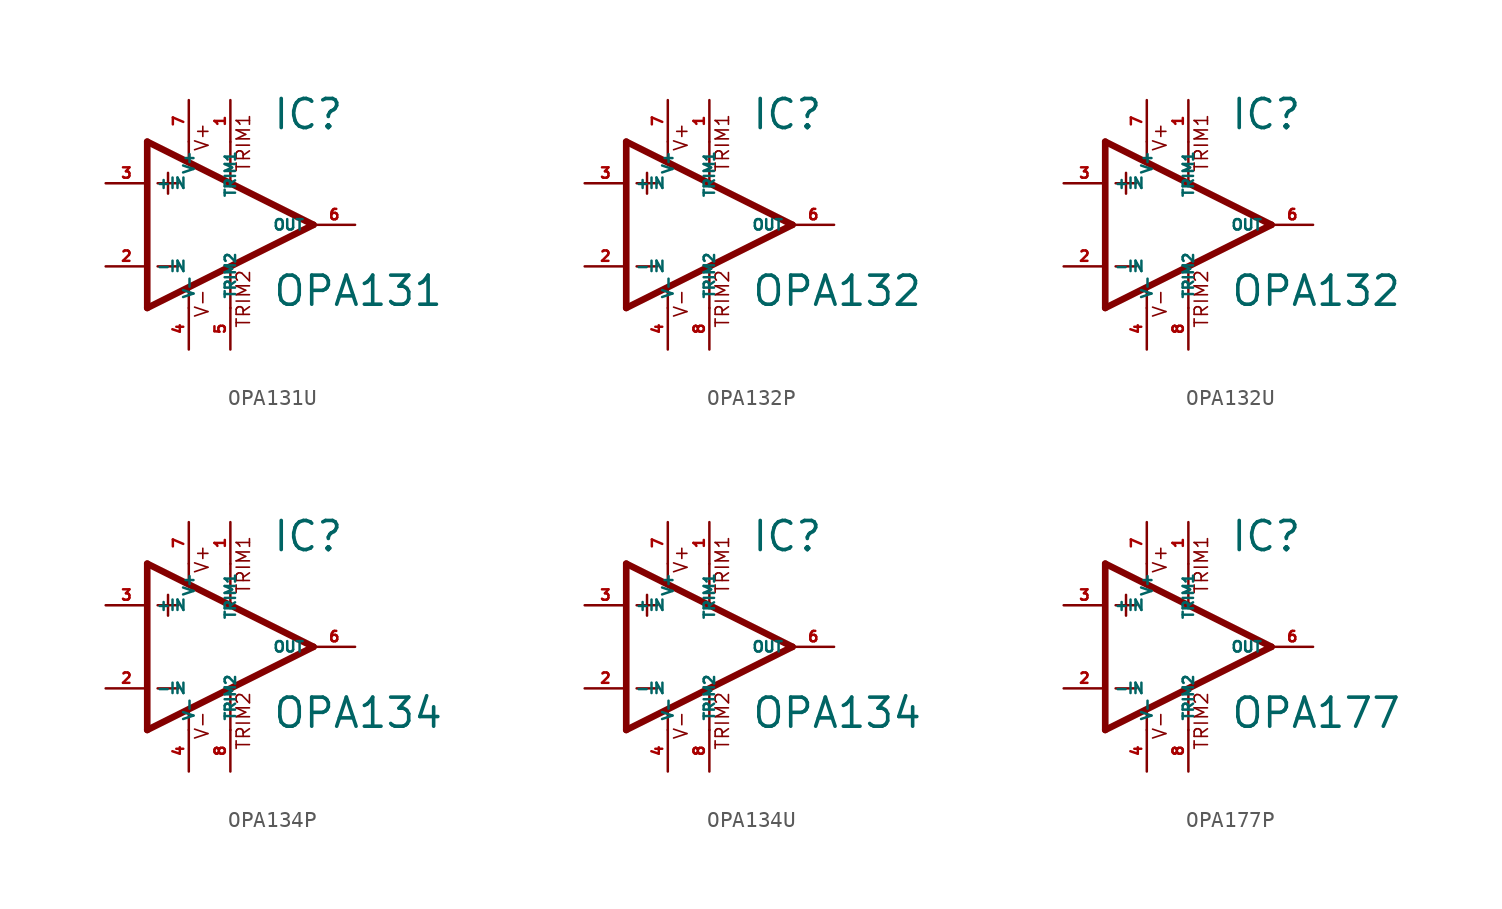
<source format=kicad_sym>
(kicad_symbol_lib
  (version 20220914)
  (generator Eagle2Kicad)
  (symbol "OPA131U"
    (property "Reference" "IC"
      (at 2.54 5.715 0)
      (effects (font (size 1.778 1.778) (thickness 0.22)) (justify left bottom)))
    (property "Value" "OPA131"
      (at 2.54 -5.08 0)
      (effects (font (size 1.778 1.778) (thickness 0.22)) (justify left bottom)))
    (polyline
      (pts (xy -3.81 3.175) (xy -3.81 1.905))
      (stroke (width 0.152) (type default))
      (fill (type none)))
    (polyline
      (pts (xy -4.445 2.54) (xy -3.175 2.54))
      (stroke (width 0.152) (type default))
      (fill (type none)))
    (polyline
      (pts (xy -4.445 -2.54) (xy -3.175 -2.54))
      (stroke (width 0.152) (type default))
      (fill (type none)))
    (polyline
      (pts (xy -2.54 5.08) (xy -2.54 3.886))
      (stroke (width 0.152) (type default))
      (fill (type none)))
    (polyline
      (pts (xy 0 5.055) (xy 0 2.616))
      (stroke (width 0.152) (type default))
      (fill (type none)))
    (polyline
      (pts (xy 0 -2.616) (xy 0 -5.08))
      (stroke (width 0.152) (type default))
      (fill (type none)))
    (polyline
      (pts (xy -2.54 -3.912) (xy -2.54 -5.08))
      (stroke (width 0.152) (type default))
      (fill (type none)))
    (polyline
      (pts (xy 5.08 0) (xy -5.08 5.08))
      (stroke (width 0.406) (type default))
      (fill (type none)))
    (polyline
      (pts (xy -5.08 5.08) (xy -5.08 -5.08))
      (stroke (width 0.406) (type default))
      (fill (type none)))
    (polyline
      (pts (xy -5.08 -5.08) (xy 5.08 0))
      (stroke (width 0.406) (type default))
      (fill (type none)))
    (text "V+"
      (at -1.27 4.445 900)
      (effects (font (size 0.813 0.813) (thickness 0.10)) (justify left bottom)))
    (text "V-"
      (at -1.27 -5.715 900)
      (effects (font (size 0.813 0.813) (thickness 0.10)) (justify left bottom)))
    (text "TRIM1"
      (at 1.27 3.175 900)
      (effects (font (size 0.813 0.813) (thickness 0.10)) (justify left bottom)))
    (text "TRIM2"
      (at 1.27 -6.35 900)
      (effects (font (size 0.813 0.813) (thickness 0.10)) (justify left bottom)))
    (pin passive line
      (at 0 7.62 270)
      (length 2.54)
      (name "TRIM1" (effects (font (size 0.635 0.635) (thickness 0.08)) (justify left bottom)))
      (number "1" (effects (font (size 0.635 0.635) (thickness 0.08)) (justify left bottom))))
    (pin input line
      (at -7.62 -2.54 0)
      (length 2.54)
      (name "-IN" (effects (font (size 0.635 0.635) (thickness 0.08)) (justify left bottom)))
      (number "2" (effects (font (size 0.635 0.635) (thickness 0.08)) (justify left bottom))))
    (pin input line
      (at -7.62 2.54 0)
      (length 2.54)
      (name "+IN" (effects (font (size 0.635 0.635) (thickness 0.08)) (justify left bottom)))
      (number "3" (effects (font (size 0.635 0.635) (thickness 0.08)) (justify left bottom))))
    (pin output line
      (at 7.62 0 180)
      (length 2.54)
      (name "OUT" (effects (font (size 0.635 0.635) (thickness 0.08)) (justify left bottom)))
      (number "6" (effects (font (size 0.635 0.635) (thickness 0.08)) (justify left bottom))))
    (pin passive line
      (at 0 -7.62 90)
      (length 2.54)
      (name "TRIM2" (effects (font (size 0.635 0.635) (thickness 0.08)) (justify left bottom)))
      (number "5" (effects (font (size 0.635 0.635) (thickness 0.08)) (justify left bottom))))
    (pin unspecified line
      (at -2.54 7.62 270)
      (length 2.54)
      (name "V+" (effects (font (size 0.635 0.635) (thickness 0.08)) (justify left bottom)))
      (number "7" (effects (font (size 0.635 0.635) (thickness 0.08)) (justify left bottom))))
    (pin unspecified line
      (at -2.54 -7.62 90)
      (length 2.54)
      (name "V-" (effects (font (size 0.635 0.635) (thickness 0.08)) (justify left bottom)))
      (number "4" (effects (font (size 0.635 0.635) (thickness 0.08)) (justify left bottom)))))
  (symbol "OPA132P"
    (property "Reference" "IC"
      (at 2.54 5.715 0)
      (effects (font (size 1.778 1.778) (thickness 0.22)) (justify left bottom)))
    (property "Value" "OPA132"
      (at 2.54 -5.08 0)
      (effects (font (size 1.778 1.778) (thickness 0.22)) (justify left bottom)))
    (polyline
      (pts (xy -3.81 3.175) (xy -3.81 1.905))
      (stroke (width 0.152) (type default))
      (fill (type none)))
    (polyline
      (pts (xy -4.445 2.54) (xy -3.175 2.54))
      (stroke (width 0.152) (type default))
      (fill (type none)))
    (polyline
      (pts (xy -4.445 -2.54) (xy -3.175 -2.54))
      (stroke (width 0.152) (type default))
      (fill (type none)))
    (polyline
      (pts (xy -2.54 5.08) (xy -2.54 3.886))
      (stroke (width 0.152) (type default))
      (fill (type none)))
    (polyline
      (pts (xy 0 5.055) (xy 0 2.616))
      (stroke (width 0.152) (type default))
      (fill (type none)))
    (polyline
      (pts (xy 0 -2.616) (xy 0 -5.08))
      (stroke (width 0.152) (type default))
      (fill (type none)))
    (polyline
      (pts (xy -2.54 -3.912) (xy -2.54 -5.08))
      (stroke (width 0.152) (type default))
      (fill (type none)))
    (polyline
      (pts (xy 5.08 0) (xy -5.08 5.08))
      (stroke (width 0.406) (type default))
      (fill (type none)))
    (polyline
      (pts (xy -5.08 5.08) (xy -5.08 -5.08))
      (stroke (width 0.406) (type default))
      (fill (type none)))
    (polyline
      (pts (xy -5.08 -5.08) (xy 5.08 0))
      (stroke (width 0.406) (type default))
      (fill (type none)))
    (text "V+"
      (at -1.27 4.445 900)
      (effects (font (size 0.813 0.813) (thickness 0.10)) (justify left bottom)))
    (text "V-"
      (at -1.27 -5.715 900)
      (effects (font (size 0.813 0.813) (thickness 0.10)) (justify left bottom)))
    (text "TRIM1"
      (at 1.27 3.175 900)
      (effects (font (size 0.813 0.813) (thickness 0.10)) (justify left bottom)))
    (text "TRIM2"
      (at 1.27 -6.35 900)
      (effects (font (size 0.813 0.813) (thickness 0.10)) (justify left bottom)))
    (pin passive line
      (at 0 7.62 270)
      (length 2.54)
      (name "TRIM1" (effects (font (size 0.635 0.635) (thickness 0.08)) (justify left bottom)))
      (number "1" (effects (font (size 0.635 0.635) (thickness 0.08)) (justify left bottom))))
    (pin input line
      (at -7.62 -2.54 0)
      (length 2.54)
      (name "-IN" (effects (font (size 0.635 0.635) (thickness 0.08)) (justify left bottom)))
      (number "2" (effects (font (size 0.635 0.635) (thickness 0.08)) (justify left bottom))))
    (pin input line
      (at -7.62 2.54 0)
      (length 2.54)
      (name "+IN" (effects (font (size 0.635 0.635) (thickness 0.08)) (justify left bottom)))
      (number "3" (effects (font (size 0.635 0.635) (thickness 0.08)) (justify left bottom))))
    (pin output line
      (at 7.62 0 180)
      (length 2.54)
      (name "OUT" (effects (font (size 0.635 0.635) (thickness 0.08)) (justify left bottom)))
      (number "6" (effects (font (size 0.635 0.635) (thickness 0.08)) (justify left bottom))))
    (pin passive line
      (at 0 -7.62 90)
      (length 2.54)
      (name "TRIM2" (effects (font (size 0.635 0.635) (thickness 0.08)) (justify left bottom)))
      (number "8" (effects (font (size 0.635 0.635) (thickness 0.08)) (justify left bottom))))
    (pin unspecified line
      (at -2.54 7.62 270)
      (length 2.54)
      (name "V+" (effects (font (size 0.635 0.635) (thickness 0.08)) (justify left bottom)))
      (number "7" (effects (font (size 0.635 0.635) (thickness 0.08)) (justify left bottom))))
    (pin unspecified line
      (at -2.54 -7.62 90)
      (length 2.54)
      (name "V-" (effects (font (size 0.635 0.635) (thickness 0.08)) (justify left bottom)))
      (number "4" (effects (font (size 0.635 0.635) (thickness 0.08)) (justify left bottom)))))
  (symbol "OPA132U"
    (property "Reference" "IC"
      (at 2.54 5.715 0)
      (effects (font (size 1.778 1.778) (thickness 0.22)) (justify left bottom)))
    (property "Value" "OPA132"
      (at 2.54 -5.08 0)
      (effects (font (size 1.778 1.778) (thickness 0.22)) (justify left bottom)))
    (polyline
      (pts (xy -3.81 3.175) (xy -3.81 1.905))
      (stroke (width 0.152) (type default))
      (fill (type none)))
    (polyline
      (pts (xy -4.445 2.54) (xy -3.175 2.54))
      (stroke (width 0.152) (type default))
      (fill (type none)))
    (polyline
      (pts (xy -4.445 -2.54) (xy -3.175 -2.54))
      (stroke (width 0.152) (type default))
      (fill (type none)))
    (polyline
      (pts (xy -2.54 5.08) (xy -2.54 3.886))
      (stroke (width 0.152) (type default))
      (fill (type none)))
    (polyline
      (pts (xy 0 5.055) (xy 0 2.616))
      (stroke (width 0.152) (type default))
      (fill (type none)))
    (polyline
      (pts (xy 0 -2.616) (xy 0 -5.08))
      (stroke (width 0.152) (type default))
      (fill (type none)))
    (polyline
      (pts (xy -2.54 -3.912) (xy -2.54 -5.08))
      (stroke (width 0.152) (type default))
      (fill (type none)))
    (polyline
      (pts (xy 5.08 0) (xy -5.08 5.08))
      (stroke (width 0.406) (type default))
      (fill (type none)))
    (polyline
      (pts (xy -5.08 5.08) (xy -5.08 -5.08))
      (stroke (width 0.406) (type default))
      (fill (type none)))
    (polyline
      (pts (xy -5.08 -5.08) (xy 5.08 0))
      (stroke (width 0.406) (type default))
      (fill (type none)))
    (text "V+"
      (at -1.27 4.445 900)
      (effects (font (size 0.813 0.813) (thickness 0.10)) (justify left bottom)))
    (text "V-"
      (at -1.27 -5.715 900)
      (effects (font (size 0.813 0.813) (thickness 0.10)) (justify left bottom)))
    (text "TRIM1"
      (at 1.27 3.175 900)
      (effects (font (size 0.813 0.813) (thickness 0.10)) (justify left bottom)))
    (text "TRIM2"
      (at 1.27 -6.35 900)
      (effects (font (size 0.813 0.813) (thickness 0.10)) (justify left bottom)))
    (pin passive line
      (at 0 7.62 270)
      (length 2.54)
      (name "TRIM1" (effects (font (size 0.635 0.635) (thickness 0.08)) (justify left bottom)))
      (number "1" (effects (font (size 0.635 0.635) (thickness 0.08)) (justify left bottom))))
    (pin input line
      (at -7.62 -2.54 0)
      (length 2.54)
      (name "-IN" (effects (font (size 0.635 0.635) (thickness 0.08)) (justify left bottom)))
      (number "2" (effects (font (size 0.635 0.635) (thickness 0.08)) (justify left bottom))))
    (pin input line
      (at -7.62 2.54 0)
      (length 2.54)
      (name "+IN" (effects (font (size 0.635 0.635) (thickness 0.08)) (justify left bottom)))
      (number "3" (effects (font (size 0.635 0.635) (thickness 0.08)) (justify left bottom))))
    (pin output line
      (at 7.62 0 180)
      (length 2.54)
      (name "OUT" (effects (font (size 0.635 0.635) (thickness 0.08)) (justify left bottom)))
      (number "6" (effects (font (size 0.635 0.635) (thickness 0.08)) (justify left bottom))))
    (pin passive line
      (at 0 -7.62 90)
      (length 2.54)
      (name "TRIM2" (effects (font (size 0.635 0.635) (thickness 0.08)) (justify left bottom)))
      (number "8" (effects (font (size 0.635 0.635) (thickness 0.08)) (justify left bottom))))
    (pin unspecified line
      (at -2.54 7.62 270)
      (length 2.54)
      (name "V+" (effects (font (size 0.635 0.635) (thickness 0.08)) (justify left bottom)))
      (number "7" (effects (font (size 0.635 0.635) (thickness 0.08)) (justify left bottom))))
    (pin unspecified line
      (at -2.54 -7.62 90)
      (length 2.54)
      (name "V-" (effects (font (size 0.635 0.635) (thickness 0.08)) (justify left bottom)))
      (number "4" (effects (font (size 0.635 0.635) (thickness 0.08)) (justify left bottom)))))
  (symbol "OPA134P"
    (property "Reference" "IC"
      (at 2.54 5.715 0)
      (effects (font (size 1.778 1.778) (thickness 0.22)) (justify left bottom)))
    (property "Value" "OPA134"
      (at 2.54 -5.08 0)
      (effects (font (size 1.778 1.778) (thickness 0.22)) (justify left bottom)))
    (polyline
      (pts (xy -3.81 3.175) (xy -3.81 1.905))
      (stroke (width 0.152) (type default))
      (fill (type none)))
    (polyline
      (pts (xy -4.445 2.54) (xy -3.175 2.54))
      (stroke (width 0.152) (type default))
      (fill (type none)))
    (polyline
      (pts (xy -4.445 -2.54) (xy -3.175 -2.54))
      (stroke (width 0.152) (type default))
      (fill (type none)))
    (polyline
      (pts (xy -2.54 5.08) (xy -2.54 3.886))
      (stroke (width 0.152) (type default))
      (fill (type none)))
    (polyline
      (pts (xy 0 5.055) (xy 0 2.616))
      (stroke (width 0.152) (type default))
      (fill (type none)))
    (polyline
      (pts (xy 0 -2.616) (xy 0 -5.08))
      (stroke (width 0.152) (type default))
      (fill (type none)))
    (polyline
      (pts (xy -2.54 -3.912) (xy -2.54 -5.08))
      (stroke (width 0.152) (type default))
      (fill (type none)))
    (polyline
      (pts (xy 5.08 0) (xy -5.08 5.08))
      (stroke (width 0.406) (type default))
      (fill (type none)))
    (polyline
      (pts (xy -5.08 5.08) (xy -5.08 -5.08))
      (stroke (width 0.406) (type default))
      (fill (type none)))
    (polyline
      (pts (xy -5.08 -5.08) (xy 5.08 0))
      (stroke (width 0.406) (type default))
      (fill (type none)))
    (text "V+"
      (at -1.27 4.445 900)
      (effects (font (size 0.813 0.813) (thickness 0.10)) (justify left bottom)))
    (text "V-"
      (at -1.27 -5.715 900)
      (effects (font (size 0.813 0.813) (thickness 0.10)) (justify left bottom)))
    (text "TRIM1"
      (at 1.27 3.175 900)
      (effects (font (size 0.813 0.813) (thickness 0.10)) (justify left bottom)))
    (text "TRIM2"
      (at 1.27 -6.35 900)
      (effects (font (size 0.813 0.813) (thickness 0.10)) (justify left bottom)))
    (pin passive line
      (at 0 7.62 270)
      (length 2.54)
      (name "TRIM1" (effects (font (size 0.635 0.635) (thickness 0.08)) (justify left bottom)))
      (number "1" (effects (font (size 0.635 0.635) (thickness 0.08)) (justify left bottom))))
    (pin input line
      (at -7.62 -2.54 0)
      (length 2.54)
      (name "-IN" (effects (font (size 0.635 0.635) (thickness 0.08)) (justify left bottom)))
      (number "2" (effects (font (size 0.635 0.635) (thickness 0.08)) (justify left bottom))))
    (pin input line
      (at -7.62 2.54 0)
      (length 2.54)
      (name "+IN" (effects (font (size 0.635 0.635) (thickness 0.08)) (justify left bottom)))
      (number "3" (effects (font (size 0.635 0.635) (thickness 0.08)) (justify left bottom))))
    (pin output line
      (at 7.62 0 180)
      (length 2.54)
      (name "OUT" (effects (font (size 0.635 0.635) (thickness 0.08)) (justify left bottom)))
      (number "6" (effects (font (size 0.635 0.635) (thickness 0.08)) (justify left bottom))))
    (pin passive line
      (at 0 -7.62 90)
      (length 2.54)
      (name "TRIM2" (effects (font (size 0.635 0.635) (thickness 0.08)) (justify left bottom)))
      (number "8" (effects (font (size 0.635 0.635) (thickness 0.08)) (justify left bottom))))
    (pin unspecified line
      (at -2.54 7.62 270)
      (length 2.54)
      (name "V+" (effects (font (size 0.635 0.635) (thickness 0.08)) (justify left bottom)))
      (number "7" (effects (font (size 0.635 0.635) (thickness 0.08)) (justify left bottom))))
    (pin unspecified line
      (at -2.54 -7.62 90)
      (length 2.54)
      (name "V-" (effects (font (size 0.635 0.635) (thickness 0.08)) (justify left bottom)))
      (number "4" (effects (font (size 0.635 0.635) (thickness 0.08)) (justify left bottom)))))
  (symbol "OPA134U"
    (property "Reference" "IC"
      (at 2.54 5.715 0)
      (effects (font (size 1.778 1.778) (thickness 0.22)) (justify left bottom)))
    (property "Value" "OPA134"
      (at 2.54 -5.08 0)
      (effects (font (size 1.778 1.778) (thickness 0.22)) (justify left bottom)))
    (polyline
      (pts (xy -3.81 3.175) (xy -3.81 1.905))
      (stroke (width 0.152) (type default))
      (fill (type none)))
    (polyline
      (pts (xy -4.445 2.54) (xy -3.175 2.54))
      (stroke (width 0.152) (type default))
      (fill (type none)))
    (polyline
      (pts (xy -4.445 -2.54) (xy -3.175 -2.54))
      (stroke (width 0.152) (type default))
      (fill (type none)))
    (polyline
      (pts (xy -2.54 5.08) (xy -2.54 3.886))
      (stroke (width 0.152) (type default))
      (fill (type none)))
    (polyline
      (pts (xy 0 5.055) (xy 0 2.616))
      (stroke (width 0.152) (type default))
      (fill (type none)))
    (polyline
      (pts (xy 0 -2.616) (xy 0 -5.08))
      (stroke (width 0.152) (type default))
      (fill (type none)))
    (polyline
      (pts (xy -2.54 -3.912) (xy -2.54 -5.08))
      (stroke (width 0.152) (type default))
      (fill (type none)))
    (polyline
      (pts (xy 5.08 0) (xy -5.08 5.08))
      (stroke (width 0.406) (type default))
      (fill (type none)))
    (polyline
      (pts (xy -5.08 5.08) (xy -5.08 -5.08))
      (stroke (width 0.406) (type default))
      (fill (type none)))
    (polyline
      (pts (xy -5.08 -5.08) (xy 5.08 0))
      (stroke (width 0.406) (type default))
      (fill (type none)))
    (text "V+"
      (at -1.27 4.445 900)
      (effects (font (size 0.813 0.813) (thickness 0.10)) (justify left bottom)))
    (text "V-"
      (at -1.27 -5.715 900)
      (effects (font (size 0.813 0.813) (thickness 0.10)) (justify left bottom)))
    (text "TRIM1"
      (at 1.27 3.175 900)
      (effects (font (size 0.813 0.813) (thickness 0.10)) (justify left bottom)))
    (text "TRIM2"
      (at 1.27 -6.35 900)
      (effects (font (size 0.813 0.813) (thickness 0.10)) (justify left bottom)))
    (pin passive line
      (at 0 7.62 270)
      (length 2.54)
      (name "TRIM1" (effects (font (size 0.635 0.635) (thickness 0.08)) (justify left bottom)))
      (number "1" (effects (font (size 0.635 0.635) (thickness 0.08)) (justify left bottom))))
    (pin input line
      (at -7.62 -2.54 0)
      (length 2.54)
      (name "-IN" (effects (font (size 0.635 0.635) (thickness 0.08)) (justify left bottom)))
      (number "2" (effects (font (size 0.635 0.635) (thickness 0.08)) (justify left bottom))))
    (pin input line
      (at -7.62 2.54 0)
      (length 2.54)
      (name "+IN" (effects (font (size 0.635 0.635) (thickness 0.08)) (justify left bottom)))
      (number "3" (effects (font (size 0.635 0.635) (thickness 0.08)) (justify left bottom))))
    (pin output line
      (at 7.62 0 180)
      (length 2.54)
      (name "OUT" (effects (font (size 0.635 0.635) (thickness 0.08)) (justify left bottom)))
      (number "6" (effects (font (size 0.635 0.635) (thickness 0.08)) (justify left bottom))))
    (pin passive line
      (at 0 -7.62 90)
      (length 2.54)
      (name "TRIM2" (effects (font (size 0.635 0.635) (thickness 0.08)) (justify left bottom)))
      (number "8" (effects (font (size 0.635 0.635) (thickness 0.08)) (justify left bottom))))
    (pin unspecified line
      (at -2.54 7.62 270)
      (length 2.54)
      (name "V+" (effects (font (size 0.635 0.635) (thickness 0.08)) (justify left bottom)))
      (number "7" (effects (font (size 0.635 0.635) (thickness 0.08)) (justify left bottom))))
    (pin unspecified line
      (at -2.54 -7.62 90)
      (length 2.54)
      (name "V-" (effects (font (size 0.635 0.635) (thickness 0.08)) (justify left bottom)))
      (number "4" (effects (font (size 0.635 0.635) (thickness 0.08)) (justify left bottom)))))
  (symbol "OPA177P"
    (property "Reference" "IC"
      (at 2.54 5.715 0)
      (effects (font (size 1.778 1.778) (thickness 0.22)) (justify left bottom)))
    (property "Value" "OPA177"
      (at 2.54 -5.08 0)
      (effects (font (size 1.778 1.778) (thickness 0.22)) (justify left bottom)))
    (polyline
      (pts (xy -3.81 3.175) (xy -3.81 1.905))
      (stroke (width 0.152) (type default))
      (fill (type none)))
    (polyline
      (pts (xy -4.445 2.54) (xy -3.175 2.54))
      (stroke (width 0.152) (type default))
      (fill (type none)))
    (polyline
      (pts (xy -4.445 -2.54) (xy -3.175 -2.54))
      (stroke (width 0.152) (type default))
      (fill (type none)))
    (polyline
      (pts (xy -2.54 5.08) (xy -2.54 3.886))
      (stroke (width 0.152) (type default))
      (fill (type none)))
    (polyline
      (pts (xy 0 5.055) (xy 0 2.616))
      (stroke (width 0.152) (type default))
      (fill (type none)))
    (polyline
      (pts (xy 0 -2.616) (xy 0 -5.08))
      (stroke (width 0.152) (type default))
      (fill (type none)))
    (polyline
      (pts (xy -2.54 -3.912) (xy -2.54 -5.08))
      (stroke (width 0.152) (type default))
      (fill (type none)))
    (polyline
      (pts (xy 5.08 0) (xy -5.08 5.08))
      (stroke (width 0.406) (type default))
      (fill (type none)))
    (polyline
      (pts (xy -5.08 5.08) (xy -5.08 -5.08))
      (stroke (width 0.406) (type default))
      (fill (type none)))
    (polyline
      (pts (xy -5.08 -5.08) (xy 5.08 0))
      (stroke (width 0.406) (type default))
      (fill (type none)))
    (text "V+"
      (at -1.27 4.445 900)
      (effects (font (size 0.813 0.813) (thickness 0.10)) (justify left bottom)))
    (text "V-"
      (at -1.27 -5.715 900)
      (effects (font (size 0.813 0.813) (thickness 0.10)) (justify left bottom)))
    (text "TRIM1"
      (at 1.27 3.175 900)
      (effects (font (size 0.813 0.813) (thickness 0.10)) (justify left bottom)))
    (text "TRIM2"
      (at 1.27 -6.35 900)
      (effects (font (size 0.813 0.813) (thickness 0.10)) (justify left bottom)))
    (pin passive line
      (at 0 7.62 270)
      (length 2.54)
      (name "TRIM1" (effects (font (size 0.635 0.635) (thickness 0.08)) (justify left bottom)))
      (number "1" (effects (font (size 0.635 0.635) (thickness 0.08)) (justify left bottom))))
    (pin input line
      (at -7.62 -2.54 0)
      (length 2.54)
      (name "-IN" (effects (font (size 0.635 0.635) (thickness 0.08)) (justify left bottom)))
      (number "2" (effects (font (size 0.635 0.635) (thickness 0.08)) (justify left bottom))))
    (pin input line
      (at -7.62 2.54 0)
      (length 2.54)
      (name "+IN" (effects (font (size 0.635 0.635) (thickness 0.08)) (justify left bottom)))
      (number "3" (effects (font (size 0.635 0.635) (thickness 0.08)) (justify left bottom))))
    (pin output line
      (at 7.62 0 180)
      (length 2.54)
      (name "OUT" (effects (font (size 0.635 0.635) (thickness 0.08)) (justify left bottom)))
      (number "6" (effects (font (size 0.635 0.635) (thickness 0.08)) (justify left bottom))))
    (pin passive line
      (at 0 -7.62 90)
      (length 2.54)
      (name "TRIM2" (effects (font (size 0.635 0.635) (thickness 0.08)) (justify left bottom)))
      (number "8" (effects (font (size 0.635 0.635) (thickness 0.08)) (justify left bottom))))
    (pin unspecified line
      (at -2.54 7.62 270)
      (length 2.54)
      (name "V+" (effects (font (size 0.635 0.635) (thickness 0.08)) (justify left bottom)))
      (number "7" (effects (font (size 0.635 0.635) (thickness 0.08)) (justify left bottom))))
    (pin unspecified line
      (at -2.54 -7.62 90)
      (length 2.54)
      (name "V-" (effects (font (size 0.635 0.635) (thickness 0.08)) (justify left bottom)))
      (number "4" (effects (font (size 0.635 0.635) (thickness 0.08)) (justify left bottom))))))
</source>
